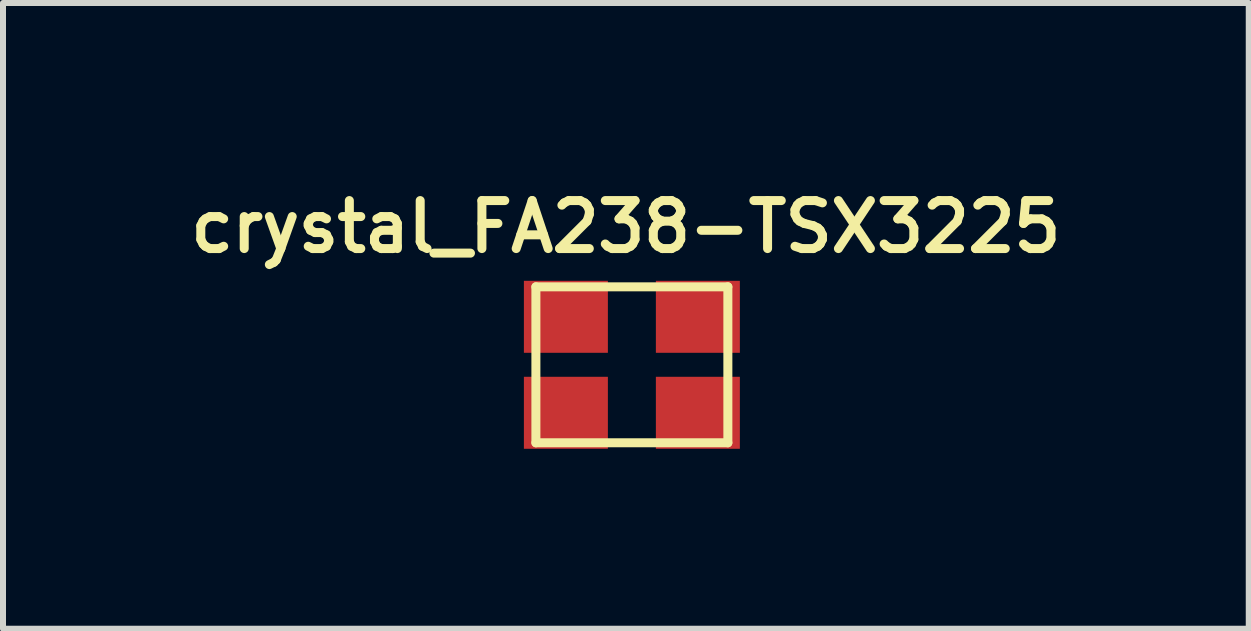
<source format=kicad_pcb>
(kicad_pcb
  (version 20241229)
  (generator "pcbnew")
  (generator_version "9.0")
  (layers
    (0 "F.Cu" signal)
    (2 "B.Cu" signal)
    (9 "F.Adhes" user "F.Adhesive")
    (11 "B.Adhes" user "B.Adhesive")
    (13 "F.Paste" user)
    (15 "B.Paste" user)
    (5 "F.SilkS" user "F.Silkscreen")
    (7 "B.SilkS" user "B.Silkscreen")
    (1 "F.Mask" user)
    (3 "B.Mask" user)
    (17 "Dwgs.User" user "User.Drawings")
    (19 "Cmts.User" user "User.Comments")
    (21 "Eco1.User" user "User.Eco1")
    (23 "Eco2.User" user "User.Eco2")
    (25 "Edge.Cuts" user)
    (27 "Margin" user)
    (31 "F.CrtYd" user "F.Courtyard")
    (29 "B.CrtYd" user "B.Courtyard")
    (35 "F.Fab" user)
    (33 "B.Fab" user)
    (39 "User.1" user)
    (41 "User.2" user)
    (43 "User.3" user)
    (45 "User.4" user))
  (footprint "crystal_FA238-TSX3225"
    (layer "F.Cu")
    (at 7.483 3.031)
    (property "Reference" "crystal_FA238-TSX3225" (at -0.1 -2.3 0) (layer "F.SilkS") (effects (font (size 0.8 0.8) (thickness 0.15))))
    (attr through_hole)
    (fp_line (start -1.6 -1.3) (end 1.6 -1.3) (stroke (width 0.15) (type solid)) (layer "F.SilkS"))
    (fp_line (start -1.6 1.3) (end -1.6 -1.3) (stroke (width 0.15) (type solid)) (layer "F.SilkS"))
    (fp_line (start 1.6 -1.3) (end 1.6 1.3) (stroke (width 0.15) (type solid)) (layer "F.SilkS"))
    (fp_line (start 1.6 1.3) (end -1.6 1.3) (stroke (width 0.15) (type solid)) (layer "F.SilkS"))
    (pad "1" smd rect (at -1.1 0.8) (size 1.4 1.2) (layers "F.Cu" "F.Mask" "F.Paste"))
    (pad "2" smd rect (at 1.1 -0.8) (size 1.4 1.2) (layers "F.Cu" "F.Mask" "F.Paste"))
    (pad "3" smd rect (at -1.1 -0.8) (size 1.4 1.2) (layers "F.Cu" "F.Mask" "F.Paste"))
    (pad "3" smd rect (at 1.1 0.8) (size 1.4 1.2) (layers "F.Cu" "F.Mask" "F.Paste")))
  (gr_rect
    (start -3 -3)
    (end 17.766 7.431)
    (stroke (width 0.1) (type default))
    (fill no)
    (layer "Edge.Cuts")))
</source>
